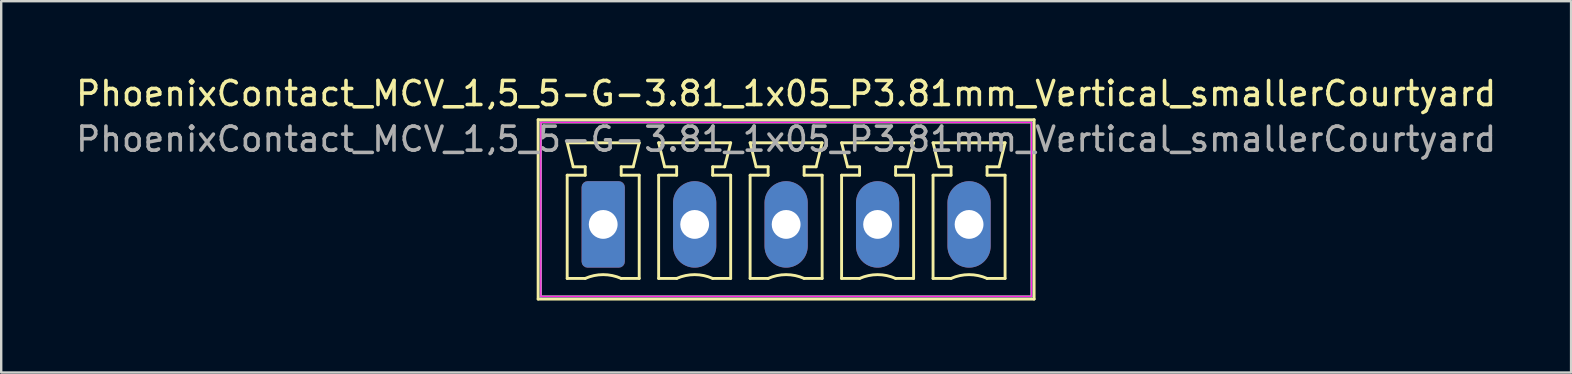
<source format=kicad_pcb>
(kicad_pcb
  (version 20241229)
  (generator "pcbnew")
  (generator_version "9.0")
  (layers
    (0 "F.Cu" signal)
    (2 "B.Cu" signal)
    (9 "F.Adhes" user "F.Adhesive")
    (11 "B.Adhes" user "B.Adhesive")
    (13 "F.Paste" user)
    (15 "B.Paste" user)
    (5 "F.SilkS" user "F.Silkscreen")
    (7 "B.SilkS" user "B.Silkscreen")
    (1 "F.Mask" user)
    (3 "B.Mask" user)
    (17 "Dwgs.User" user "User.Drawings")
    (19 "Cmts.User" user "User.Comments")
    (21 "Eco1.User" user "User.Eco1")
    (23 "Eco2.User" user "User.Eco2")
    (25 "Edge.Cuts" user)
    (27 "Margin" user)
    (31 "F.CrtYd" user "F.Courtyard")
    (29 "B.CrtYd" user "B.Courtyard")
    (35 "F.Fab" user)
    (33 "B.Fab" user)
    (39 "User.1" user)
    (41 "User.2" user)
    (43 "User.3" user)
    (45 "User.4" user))
  (footprint "PhoenixContact_MCV_1,5_5-G-3.81_1x05_P3.81mm_Vertical_smallerCourtyard"
    (layer "F.Cu")
    (at 22.076 6.298)
    (property "Reference" "PhoenixContact_MCV_1,5_5-G-3.81_1x05_P3.81mm_Vertical_smallerCourtyard" (at 7.62 -5.45 0) (layer "F.SilkS") (effects (font (size 1 1) (thickness 0.15))))
    (attr through_hole)
    (fp_line (start -2.71 -4.36) (end -2.71 3.11) (stroke (width 0.12) (type solid)) (layer "F.SilkS"))
    (fp_line (start -2.71 3.11) (end 17.95 3.11) (stroke (width 0.12) (type solid)) (layer "F.SilkS"))
    (fp_line (start -1.5 -3.4) (end 1.5 -3.4) (stroke (width 0.12) (type solid)) (layer "F.SilkS"))
    (fp_line (start -1.5 -2.05) (end -0.75 -2.05) (stroke (width 0.12) (type solid)) (layer "F.SilkS"))
    (fp_line (start -1.5 2.25) (end -1.5 -2.05) (stroke (width 0.12) (type solid)) (layer "F.SilkS"))
    (fp_line (start -1.25 -2.4) (end -1.5 -3.4) (stroke (width 0.12) (type solid)) (layer "F.SilkS"))
    (fp_line (start -0.75 -2.4) (end -1.25 -2.4) (stroke (width 0.12) (type solid)) (layer "F.SilkS"))
    (fp_line (start -0.75 -2.05) (end -0.75 -2.4) (stroke (width 0.12) (type solid)) (layer "F.SilkS"))
    (fp_line (start -0.75 2.25) (end -1.5 2.25) (stroke (width 0.12) (type solid)) (layer "F.SilkS"))
    (fp_line (start 0.75 -2.4) (end 0.75 -2.05) (stroke (width 0.12) (type solid)) (layer "F.SilkS"))
    (fp_line (start 0.75 -2.05) (end 1.5 -2.05) (stroke (width 0.12) (type solid)) (layer "F.SilkS"))
    (fp_line (start 1.25 -2.4) (end 0.75 -2.4) (stroke (width 0.12) (type solid)) (layer "F.SilkS"))
    (fp_line (start 1.5 -3.4) (end 1.25 -2.4) (stroke (width 0.12) (type solid)) (layer "F.SilkS"))
    (fp_line (start 1.5 -2.05) (end 1.5 2.25) (stroke (width 0.12) (type solid)) (layer "F.SilkS"))
    (fp_line (start 1.5 2.25) (end 0.75 2.25) (stroke (width 0.12) (type solid)) (layer "F.SilkS"))
    (fp_line (start 2.31 -3.4) (end 5.31 -3.4) (stroke (width 0.12) (type solid)) (layer "F.SilkS"))
    (fp_line (start 2.31 -2.05) (end 3.06 -2.05) (stroke (width 0.12) (type solid)) (layer "F.SilkS"))
    (fp_line (start 2.31 2.25) (end 2.31 -2.05) (stroke (width 0.12) (type solid)) (layer "F.SilkS"))
    (fp_line (start 2.56 -2.4) (end 2.31 -3.4) (stroke (width 0.12) (type solid)) (layer "F.SilkS"))
    (fp_line (start 3.06 -2.4) (end 2.56 -2.4) (stroke (width 0.12) (type solid)) (layer "F.SilkS"))
    (fp_line (start 3.06 -2.05) (end 3.06 -2.4) (stroke (width 0.12) (type solid)) (layer "F.SilkS"))
    (fp_line (start 3.06 2.25) (end 2.31 2.25) (stroke (width 0.12) (type solid)) (layer "F.SilkS"))
    (fp_line (start 4.56 -2.4) (end 4.56 -2.05) (stroke (width 0.12) (type solid)) (layer "F.SilkS"))
    (fp_line (start 4.56 -2.05) (end 5.31 -2.05) (stroke (width 0.12) (type solid)) (layer "F.SilkS"))
    (fp_line (start 5.06 -2.4) (end 4.56 -2.4) (stroke (width 0.12) (type solid)) (layer "F.SilkS"))
    (fp_line (start 5.31 -3.4) (end 5.06 -2.4) (stroke (width 0.12) (type solid)) (layer "F.SilkS"))
    (fp_line (start 5.31 -2.05) (end 5.31 2.25) (stroke (width 0.12) (type solid)) (layer "F.SilkS"))
    (fp_line (start 5.31 2.25) (end 4.56 2.25) (stroke (width 0.12) (type solid)) (layer "F.SilkS"))
    (fp_line (start 6.12 -3.4) (end 9.12 -3.4) (stroke (width 0.12) (type solid)) (layer "F.SilkS"))
    (fp_line (start 6.12 -2.05) (end 6.87 -2.05) (stroke (width 0.12) (type solid)) (layer "F.SilkS"))
    (fp_line (start 6.12 2.25) (end 6.12 -2.05) (stroke (width 0.12) (type solid)) (layer "F.SilkS"))
    (fp_line (start 6.37 -2.4) (end 6.12 -3.4) (stroke (width 0.12) (type solid)) (layer "F.SilkS"))
    (fp_line (start 6.87 -2.4) (end 6.37 -2.4) (stroke (width 0.12) (type solid)) (layer "F.SilkS"))
    (fp_line (start 6.87 -2.05) (end 6.87 -2.4) (stroke (width 0.12) (type solid)) (layer "F.SilkS"))
    (fp_line (start 6.87 2.25) (end 6.12 2.25) (stroke (width 0.12) (type solid)) (layer "F.SilkS"))
    (fp_line (start 8.37 -2.4) (end 8.37 -2.05) (stroke (width 0.12) (type solid)) (layer "F.SilkS"))
    (fp_line (start 8.37 -2.05) (end 9.12 -2.05) (stroke (width 0.12) (type solid)) (layer "F.SilkS"))
    (fp_line (start 8.87 -2.4) (end 8.37 -2.4) (stroke (width 0.12) (type solid)) (layer "F.SilkS"))
    (fp_line (start 9.12 -3.4) (end 8.87 -2.4) (stroke (width 0.12) (type solid)) (layer "F.SilkS"))
    (fp_line (start 9.12 -2.05) (end 9.12 2.25) (stroke (width 0.12) (type solid)) (layer "F.SilkS"))
    (fp_line (start 9.12 2.25) (end 8.37 2.25) (stroke (width 0.12) (type solid)) (layer "F.SilkS"))
    (fp_line (start 9.93 -3.4) (end 12.93 -3.4) (stroke (width 0.12) (type solid)) (layer "F.SilkS"))
    (fp_line (start 9.93 -2.05) (end 10.68 -2.05) (stroke (width 0.12) (type solid)) (layer "F.SilkS"))
    (fp_line (start 9.93 2.25) (end 9.93 -2.05) (stroke (width 0.12) (type solid)) (layer "F.SilkS"))
    (fp_line (start 10.18 -2.4) (end 9.93 -3.4) (stroke (width 0.12) (type solid)) (layer "F.SilkS"))
    (fp_line (start 10.68 -2.4) (end 10.18 -2.4) (stroke (width 0.12) (type solid)) (layer "F.SilkS"))
    (fp_line (start 10.68 -2.05) (end 10.68 -2.4) (stroke (width 0.12) (type solid)) (layer "F.SilkS"))
    (fp_line (start 10.68 2.25) (end 9.93 2.25) (stroke (width 0.12) (type solid)) (layer "F.SilkS"))
    (fp_line (start 12.18 -2.4) (end 12.18 -2.05) (stroke (width 0.12) (type solid)) (layer "F.SilkS"))
    (fp_line (start 12.18 -2.05) (end 12.93 -2.05) (stroke (width 0.12) (type solid)) (layer "F.SilkS"))
    (fp_line (start 12.68 -2.4) (end 12.18 -2.4) (stroke (width 0.12) (type solid)) (layer "F.SilkS"))
    (fp_line (start 12.93 -3.4) (end 12.68 -2.4) (stroke (width 0.12) (type solid)) (layer "F.SilkS"))
    (fp_line (start 12.93 -2.05) (end 12.93 2.25) (stroke (width 0.12) (type solid)) (layer "F.SilkS"))
    (fp_line (start 12.93 2.25) (end 12.18 2.25) (stroke (width 0.12) (type solid)) (layer "F.SilkS"))
    (fp_line (start 13.74 -3.4) (end 16.74 -3.4) (stroke (width 0.12) (type solid)) (layer "F.SilkS"))
    (fp_line (start 13.74 -2.05) (end 14.49 -2.05) (stroke (width 0.12) (type solid)) (layer "F.SilkS"))
    (fp_line (start 13.74 2.25) (end 13.74 -2.05) (stroke (width 0.12) (type solid)) (layer "F.SilkS"))
    (fp_line (start 13.99 -2.4) (end 13.74 -3.4) (stroke (width 0.12) (type solid)) (layer "F.SilkS"))
    (fp_line (start 14.49 -2.4) (end 13.99 -2.4) (stroke (width 0.12) (type solid)) (layer "F.SilkS"))
    (fp_line (start 14.49 -2.05) (end 14.49 -2.4) (stroke (width 0.12) (type solid)) (layer "F.SilkS"))
    (fp_line (start 14.49 2.25) (end 13.74 2.25) (stroke (width 0.12) (type solid)) (layer "F.SilkS"))
    (fp_line (start 15.99 -2.4) (end 15.99 -2.05) (stroke (width 0.12) (type solid)) (layer "F.SilkS"))
    (fp_line (start 15.99 -2.05) (end 16.74 -2.05) (stroke (width 0.12) (type solid)) (layer "F.SilkS"))
    (fp_line (start 16.49 -2.4) (end 15.99 -2.4) (stroke (width 0.12) (type solid)) (layer "F.SilkS"))
    (fp_line (start 16.74 -3.4) (end 16.49 -2.4) (stroke (width 0.12) (type solid)) (layer "F.SilkS"))
    (fp_line (start 16.74 -2.05) (end 16.74 2.25) (stroke (width 0.12) (type solid)) (layer "F.SilkS"))
    (fp_line (start 16.74 2.25) (end 15.99 2.25) (stroke (width 0.12) (type solid)) (layer "F.SilkS"))
    (fp_line (start 17.95 -4.36) (end -2.71 -4.36) (stroke (width 0.12) (type solid)) (layer "F.SilkS"))
    (fp_line (start 17.95 3.11) (end 17.95 -4.36) (stroke (width 0.12) (type solid)) (layer "F.SilkS"))
    (fp_arc (start -0.75 2.25) (mid -0.000193 2.09191) (end 0.749647 2.249844) (stroke (width 0.12) (type solid)) (layer "F.SilkS"))
    (fp_arc (start 3.06 2.25) (mid 3.809807 2.09191) (end 4.559647 2.249844) (stroke (width 0.12) (type solid)) (layer "F.SilkS"))
    (fp_arc (start 6.87 2.25) (mid 7.619807 2.09191) (end 8.369647 2.249844) (stroke (width 0.12) (type solid)) (layer "F.SilkS"))
    (fp_arc (start 10.68 2.25) (mid 11.429807 2.09191) (end 12.179647 2.249844) (stroke (width 0.12) (type solid)) (layer "F.SilkS"))
    (fp_arc (start 14.49 2.25) (mid 15.239807 2.09191) (end 15.989647 2.249844) (stroke (width 0.12) (type solid)) (layer "F.SilkS"))
    (fp_rect (start -2.6 -4.25) (end 17.84 3) (stroke (width 0.05) (type solid)) (fill no) (layer "F.CrtYd"))
    (fp_line (start -2.6 -4.25) (end -2.6 3) (stroke (width 0.1) (type solid)) (layer "F.Fab"))
    (fp_line (start -2.6 3) (end 17.84 3) (stroke (width 0.1) (type solid)) (layer "F.Fab"))
    (fp_line (start 17.84 -4.25) (end -2.6 -4.25) (stroke (width 0.1) (type solid)) (layer "F.Fab"))
    (fp_line (start 17.84 3) (end 17.84 -4.25) (stroke (width 0.1) (type solid)) (layer "F.Fab"))
    (fp_text user "${REFERENCE}" (at 7.62 -3.55 0) (layer "F.Fab") (effects (font (size 1 1) (thickness 0.15))))
    (pad "1" thru_hole roundrect (at 0 0) (size 1.8 3.6) (drill 1.2) (layers "*.Cu" "*.Mask") (roundrect_rratio 0.139))
    (pad "2" thru_hole oval (at 3.81 0) (size 1.8 3.6) (drill 1.2) (layers "*.Cu" "*.Mask"))
    (pad "3" thru_hole oval (at 7.62 0) (size 1.8 3.6) (drill 1.2) (layers "*.Cu" "*.Mask"))
    (pad "4" thru_hole oval (at 11.43 0) (size 1.8 3.6) (drill 1.2) (layers "*.Cu" "*.Mask"))
    (pad "5" thru_hole oval (at 15.24 0) (size 1.8 3.6) (drill 1.2) (layers "*.Cu" "*.Mask")))
  (gr_rect
    (start -3 -3)
    (end 62.393 12.468)
    (stroke (width 0.1) (type default))
    (fill no)
    (layer "Edge.Cuts")))
</source>
